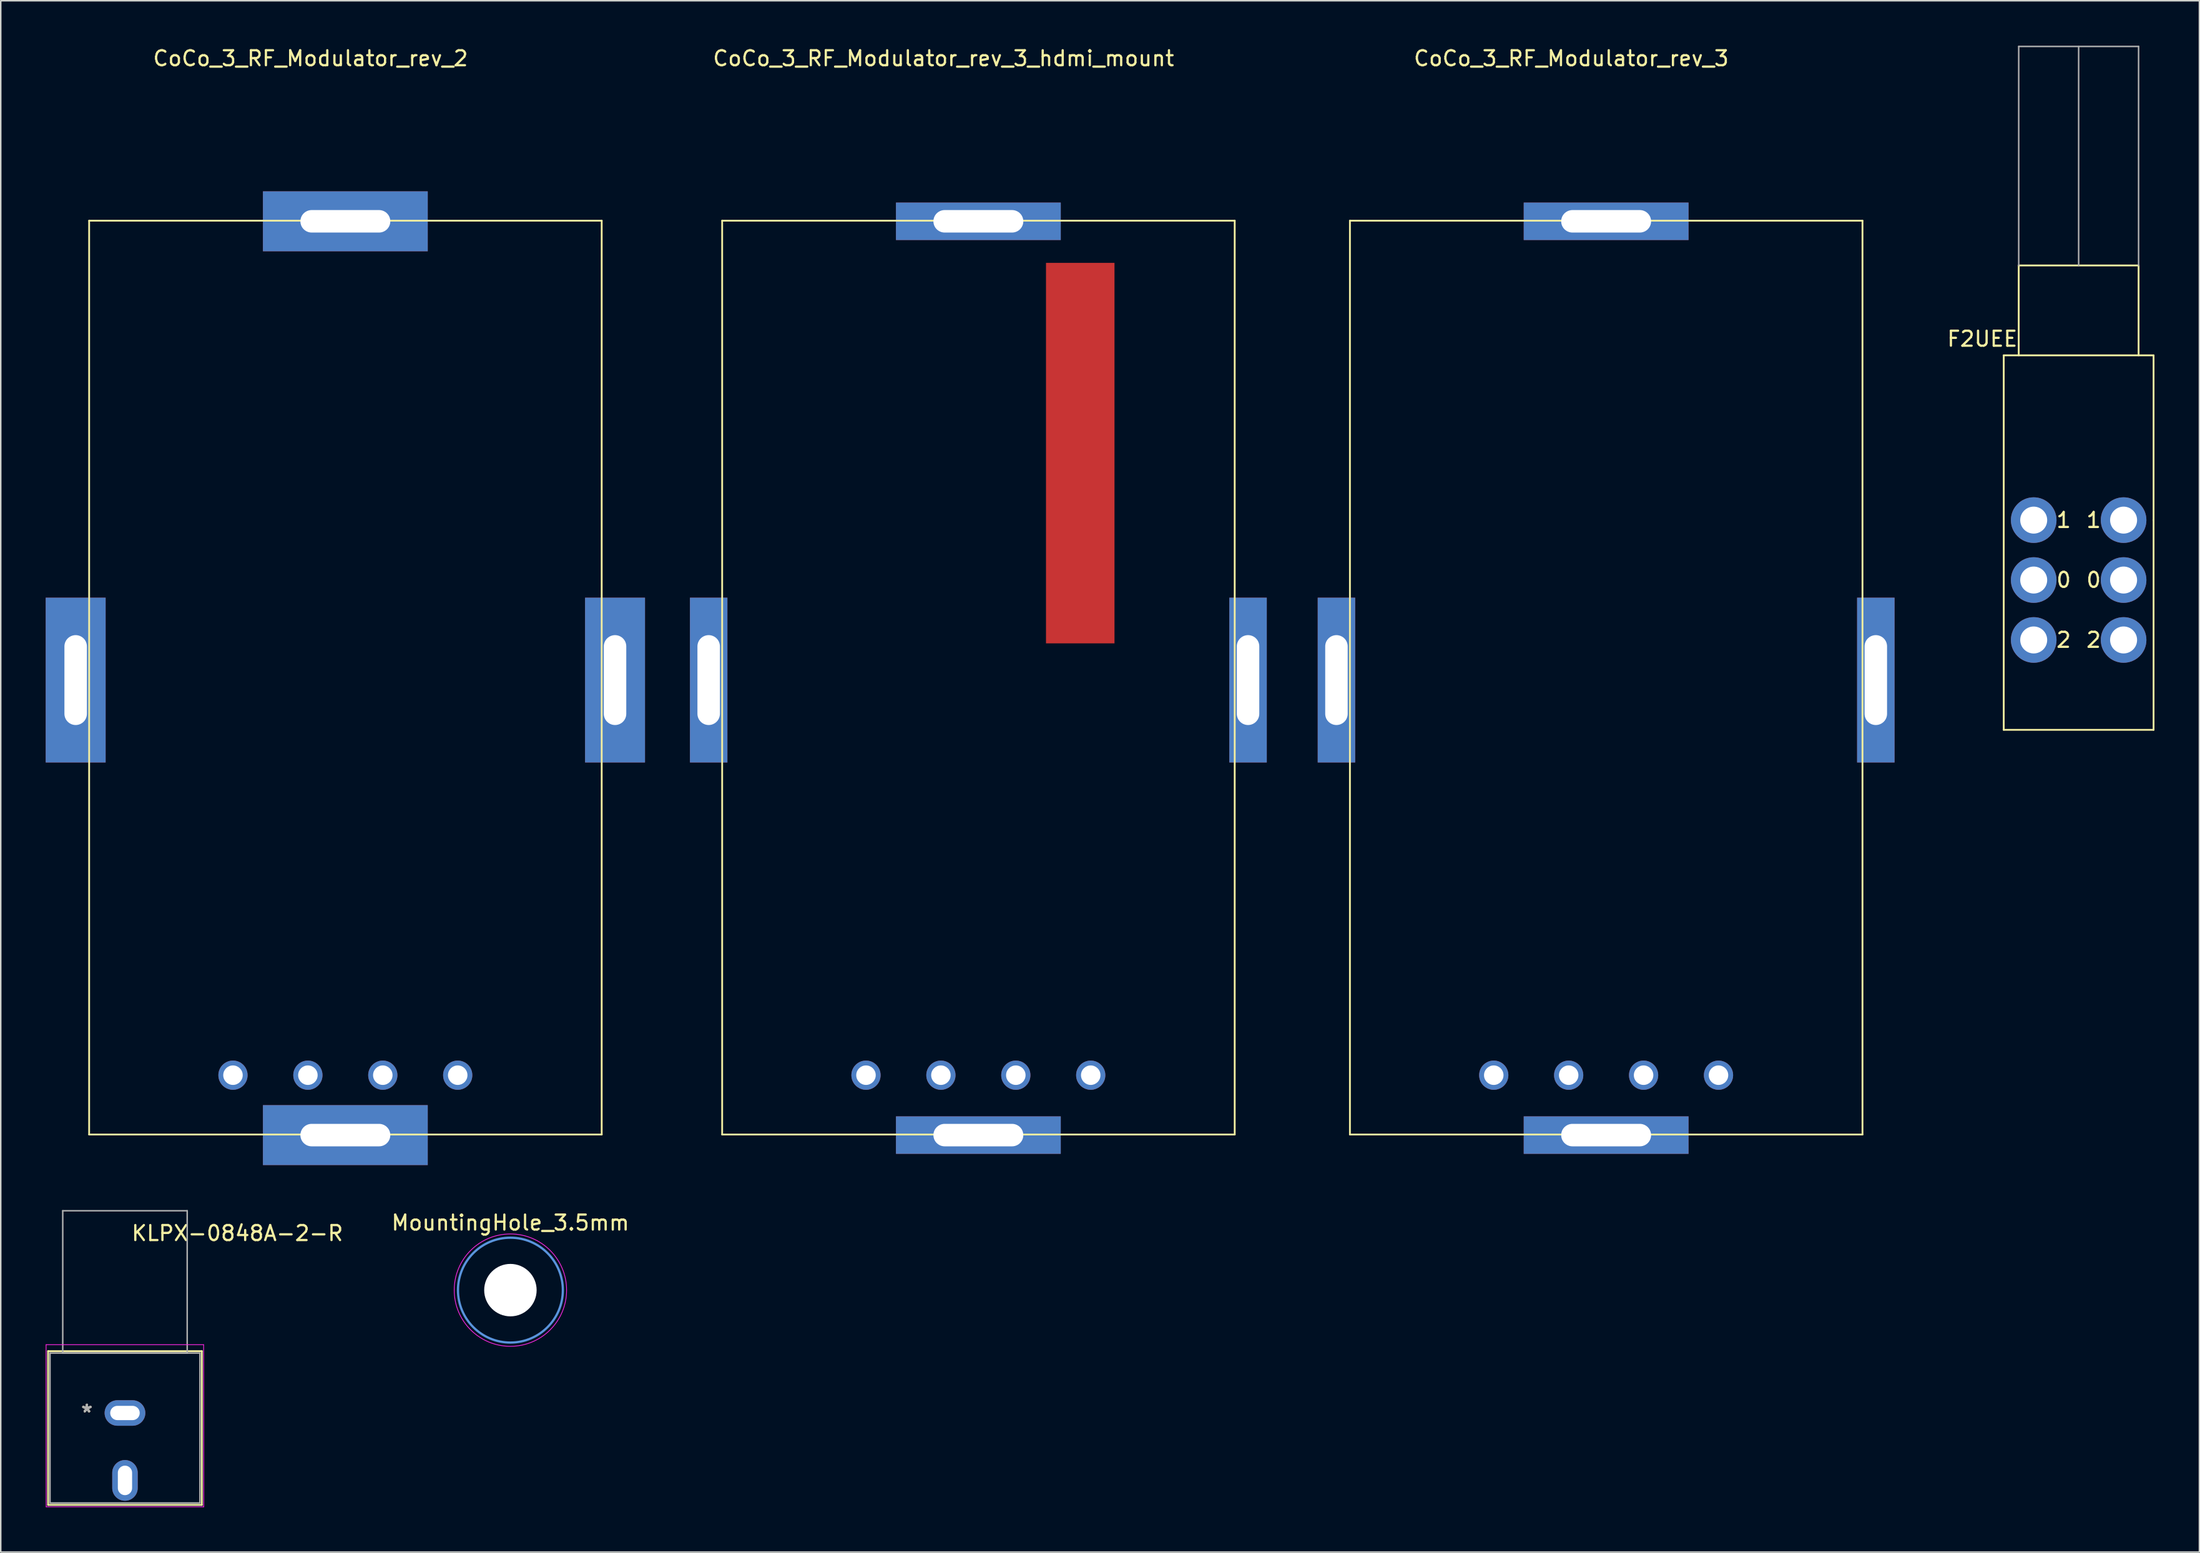
<source format=kicad_pcb>
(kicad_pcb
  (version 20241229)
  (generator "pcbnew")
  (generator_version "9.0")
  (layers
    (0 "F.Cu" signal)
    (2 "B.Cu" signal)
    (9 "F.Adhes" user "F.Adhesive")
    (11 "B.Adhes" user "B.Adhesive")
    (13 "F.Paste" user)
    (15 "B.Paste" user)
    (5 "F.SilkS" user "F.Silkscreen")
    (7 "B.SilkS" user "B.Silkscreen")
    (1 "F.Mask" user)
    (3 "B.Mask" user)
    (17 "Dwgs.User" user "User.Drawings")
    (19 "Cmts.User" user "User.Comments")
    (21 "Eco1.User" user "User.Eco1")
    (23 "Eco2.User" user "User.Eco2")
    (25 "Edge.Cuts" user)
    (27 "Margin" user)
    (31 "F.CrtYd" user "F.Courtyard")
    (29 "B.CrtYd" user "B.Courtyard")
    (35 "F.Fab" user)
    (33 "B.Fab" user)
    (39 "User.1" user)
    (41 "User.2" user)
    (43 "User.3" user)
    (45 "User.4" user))
  (footprint "KLPX-0848A-2-R"
    (layer "F.Cu")
    (at 5.291 91.273)
    (property "Reference" "KLPX-0848A-2-R" (at 7.5 -12 0) (layer "F.SilkS") (effects (font (size 1 1) (thickness 0.15))))
    (attr through_hole)
    (fp_line (start -5.131 -4.127) (end -5.131 6.135) (stroke (width 0.12) (type solid)) (layer "F.SilkS"))
    (fp_line (start -5.131 6.135) (end 5.131 6.135) (stroke (width 0.12) (type solid)) (layer "F.SilkS"))
    (fp_line (start 5.131 -4.127) (end -5.131 -4.127) (stroke (width 0.12) (type solid)) (layer "F.SilkS"))
    (fp_line (start 5.131 6.135) (end 5.131 -4.127) (stroke (width 0.12) (type solid)) (layer "F.SilkS"))
    (fp_line (start -5.266 -4.56) (end -5.258 6.262) (stroke (width 0.05) (type solid)) (layer "F.CrtYd"))
    (fp_line (start -5.258 6.262) (end 5.258 6.262) (stroke (width 0.05) (type solid)) (layer "F.CrtYd"))
    (fp_line (start 5.25 -4.56) (end -5.266 -4.56) (stroke (width 0.05) (type solid)) (layer "F.CrtYd"))
    (fp_line (start 5.258 6.262) (end 5.25 -4.56) (stroke (width 0.05) (type solid)) (layer "F.CrtYd"))
    (fp_line (start -5.004 -4) (end -5.004 6.008) (stroke (width 0.1) (type solid)) (layer "F.Fab"))
    (fp_line (start -5.004 6.008) (end 5.004 6.008) (stroke (width 0.1) (type solid)) (layer "F.Fab"))
    (fp_line (start -4.153 -13.5) (end -4.153 -4) (stroke (width 0.1) (type solid)) (layer "F.Fab"))
    (fp_line (start -4.153 -4) (end 4.153 -4) (stroke (width 0.1) (type solid)) (layer "F.Fab"))
    (fp_line (start 4.153 -13.5) (end -4.153 -13.5) (stroke (width 0.1) (type solid)) (layer "F.Fab"))
    (fp_line (start 4.153 -4) (end 4.153 -13.5) (stroke (width 0.1) (type solid)) (layer "F.Fab"))
    (fp_line (start 5.004 -4) (end -5.004 -4) (stroke (width 0.1) (type solid)) (layer "F.Fab"))
    (fp_line (start 5.004 6.008) (end 5.004 -4) (stroke (width 0.1) (type solid)) (layer "F.Fab"))
    (fp_text user "*" (at -2.54 0 0) (layer "F.SilkS") (effects (font (size 1 1) (thickness 0.15))))
    (fp_text user "*" (at -2.54 0 0) (layer "F.SilkS") (effects (font (size 1 1) (thickness 0.15))))
    (fp_text user "Copyright 2021 Accelerated Designs. All rights reserved." (at 0 0 0) (layer "Cmts.User") (effects (font (size 0.127 0.127) (thickness 0.002))))
    (fp_text user "*" (at -2.54 0 0) (layer "F.Fab") (effects (font (size 1 1) (thickness 0.15))))
    (fp_text user "*" (at -2.54 0 0) (layer "F.Fab") (effects (font (size 1 1) (thickness 0.15))))
    (pad "1" thru_hole oval (at 0 4.5 90) (size 2.718 1.702) (drill oval 1.968 0.952) (layers "*.Cu" "*.Mask"))
    (pad "2" thru_hole oval (at 0 0) (size 2.718 1.702) (drill oval 1.968 0.952) (layers "*.Cu" "*.Mask")))
  (footprint "CoCo_3_RF_Modulator_rev_3_hdmi_mount"
    (layer "F.Cu")
    (at 81.65 8.848)
    (property "Reference" "CoCo_3_RF_Modulator_rev_3_hdmi_mount" (at -21.725 -8 0) (layer "F.SilkS") (effects (font (size 1 1) (thickness 0.15))))
    (attr through_hole)
    (fp_line (start -36.5 2.835) (end -2.29 2.835) (stroke (width 0.12) (type solid)) (layer "F.SilkS"))
    (fp_line (start -36.5 63.835) (end -36.5 2.835) (stroke (width 0.12) (type solid)) (layer "F.SilkS"))
    (fp_line (start -2.29 2.835) (end -2.29 63.835) (stroke (width 0.12) (type solid)) (layer "F.SilkS"))
    (fp_line (start -2.29 63.835) (end -36.5 63.835) (stroke (width 0.12) (type solid)) (layer "F.SilkS"))
    (pad "1" thru_hole circle (at -26.9 59.875) (size 1.95 1.95) (drill 1.3) (layers "*.Cu" "*.Mask"))
    (pad "2" thru_hole circle (at -21.9 59.875) (size 1.95 1.95) (drill 1.3) (layers "*.Cu" "*.Mask"))
    (pad "3" thru_hole circle (at -16.9 59.875) (size 1.95 1.95) (drill 1.3) (layers "*.Cu" "*.Mask"))
    (pad "4" thru_hole circle (at -11.9 59.875) (size 1.95 1.95) (drill 1.3) (layers "*.Cu" "*.Mask"))
    (pad "5" thru_hole rect (at -37.4 33.5 90) (size 11 2.5) (drill oval 6 1.5) (layers "*.Cu" "*.Mask"))
    (pad "5" thru_hole rect (at -19.4 2.875) (size 11 2.5) (drill oval 6 1.5) (layers "*.Cu" "*.Mask"))
    (pad "5" thru_hole rect (at -19.4 63.875) (size 11 2.5) (drill oval 6 1.5) (layers "*.Cu" "*.Mask"))
    (pad "5" smd rect (at -12.6 18.349 90) (size 25.4 4.572) (layers "F.Cu" "F.Mask" "F.Paste"))
    (pad "5" thru_hole rect (at -1.4 33.5 90) (size 11 2.5) (drill oval 6 1.5) (layers "*.Cu" "*.Mask")))
  (footprint "F2UEE"
    (layer "F.Cu")
    (at 138.688 31.67)
    (property "Reference" "F2UEE" (at -9.43 -12.1 0) (layer "F.SilkS") (effects (font (size 1 1) (thickness 0.15))))
    (attr through_hole)
    (fp_line (start -8 -11) (end -8 14) (stroke (width 0.12) (type solid)) (layer "F.SilkS"))
    (fp_line (start -8 14) (end 2 14) (stroke (width 0.12) (type solid)) (layer "F.SilkS"))
    (fp_line (start -7 -17) (end 1 -17) (stroke (width 0.12) (type solid)) (layer "F.SilkS"))
    (fp_line (start -7 -11) (end -7 -17) (stroke (width 0.12) (type solid)) (layer "F.SilkS"))
    (fp_line (start 1 -17) (end 1 -11) (stroke (width 0.12) (type solid)) (layer "F.SilkS"))
    (fp_line (start 2 -11) (end -8 -11) (stroke (width 0.12) (type solid)) (layer "F.SilkS"))
    (fp_line (start 2 0) (end 2 -11) (stroke (width 0.12) (type solid)) (layer "F.SilkS"))
    (fp_line (start 2 14) (end 2 0) (stroke (width 0.12) (type solid)) (layer "F.SilkS"))
    (fp_line (start -7 -31.62) (end 1 -31.62) (stroke (width 0.1) (type default)) (layer "F.Fab"))
    (fp_line (start -7 -17) (end -7 -31.62) (stroke (width 0.1) (type default)) (layer "F.Fab"))
    (fp_line (start -3 -17) (end -3 -31.62) (stroke (width 0.1) (type default)) (layer "F.Fab"))
    (fp_line (start 1 -17) (end 1 -31.62) (stroke (width 0.1) (type default)) (layer "F.Fab"))
    (fp_text user "1" (at -2 0 0) (layer "F.SilkS") (effects (font (size 1 1) (thickness 0.15))))
    (fp_text user "0" (at -2 4 0) (layer "F.SilkS") (effects (font (size 1 1) (thickness 0.15))))
    (fp_text user "2" (at -4 8 0) (layer "F.SilkS") (effects (font (size 1 1) (thickness 0.15))))
    (fp_text user "0" (at -4 4 0) (layer "F.SilkS") (effects (font (size 1 1) (thickness 0.15))))
    (fp_text user "2" (at -2 8 0) (layer "F.SilkS") (effects (font (size 1 1) (thickness 0.15))))
    (fp_text user "1" (at -4 0 0) (layer "F.SilkS") (effects (font (size 1 1) (thickness 0.15))))
    (pad "1" thru_hole circle (at -6 0) (size 3.044 3.044) (drill 1.8) (layers "*.Cu" "*.Mask"))
    (pad "2" thru_hole circle (at -6 4) (size 3.044 3.044) (drill 1.8) (layers "*.Cu" "*.Mask"))
    (pad "3" thru_hole circle (at -6 8) (size 3.044 3.044) (drill 1.8) (layers "*.Cu" "*.Mask"))
    (pad "4" thru_hole circle (at 0 0) (size 3.044 3.044) (drill 1.8) (layers "*.Cu" "*.Mask"))
    (pad "5" thru_hole circle (at 0 4) (size 3.044 3.044) (drill 1.8) (layers "*.Cu" "*.Mask"))
    (pad "6" thru_hole circle (at 0 8) (size 3.044 3.044) (drill 1.8) (layers "*.Cu" "*.Mask")))
  (footprint "CoCo_3_RF_Modulator_rev_3"
    (layer "F.Cu")
    (at 123.55 8.848)
    (property "Reference" "CoCo_3_RF_Modulator_rev_3" (at -21.725 -8 0) (layer "F.SilkS") (effects (font (size 1 1) (thickness 0.15))))
    (attr through_hole)
    (fp_line (start -36.5 2.835) (end -2.29 2.835) (stroke (width 0.12) (type solid)) (layer "F.SilkS"))
    (fp_line (start -36.5 63.835) (end -36.5 2.835) (stroke (width 0.12) (type solid)) (layer "F.SilkS"))
    (fp_line (start -2.29 2.835) (end -2.29 63.835) (stroke (width 0.12) (type solid)) (layer "F.SilkS"))
    (fp_line (start -2.29 63.835) (end -36.5 63.835) (stroke (width 0.12) (type solid)) (layer "F.SilkS"))
    (pad "1" thru_hole circle (at -26.9 59.875) (size 1.95 1.95) (drill 1.3) (layers "*.Cu" "*.Mask"))
    (pad "2" thru_hole circle (at -21.9 59.875) (size 1.95 1.95) (drill 1.3) (layers "*.Cu" "*.Mask"))
    (pad "3" thru_hole circle (at -16.9 59.875) (size 1.95 1.95) (drill 1.3) (layers "*.Cu" "*.Mask"))
    (pad "4" thru_hole circle (at -11.9 59.875) (size 1.95 1.95) (drill 1.3) (layers "*.Cu" "*.Mask"))
    (pad "5" thru_hole rect (at -37.4 33.5 90) (size 11 2.5) (drill oval 6 1.5) (layers "*.Cu" "*.Mask"))
    (pad "5" thru_hole rect (at -19.4 2.875) (size 11 2.5) (drill oval 6 1.5) (layers "*.Cu" "*.Mask"))
    (pad "5" thru_hole rect (at -19.4 63.875) (size 11 2.5) (drill oval 6 1.5) (layers "*.Cu" "*.Mask"))
    (pad "5" thru_hole rect (at -1.4 33.5 90) (size 11 2.5) (drill oval 6 1.5) (layers "*.Cu" "*.Mask")))
  (footprint "CoCo_3_RF_Modulator_rev_2"
    (layer "F.Cu")
    (at 39.4 8.848)
    (property "Reference" "CoCo_3_RF_Modulator_rev_2" (at -21.725 -8 0) (layer "F.SilkS") (effects (font (size 1 1) (thickness 0.15))))
    (attr through_hole)
    (fp_line (start -36.5 2.835) (end -2.29 2.835) (stroke (width 0.12) (type solid)) (layer "F.SilkS"))
    (fp_line (start -36.5 63.835) (end -36.5 2.835) (stroke (width 0.12) (type solid)) (layer "F.SilkS"))
    (fp_line (start -2.29 2.835) (end -2.29 63.835) (stroke (width 0.12) (type solid)) (layer "F.SilkS"))
    (fp_line (start -2.29 63.835) (end -36.5 63.835) (stroke (width 0.12) (type solid)) (layer "F.SilkS"))
    (pad "1" thru_hole circle (at -26.9 59.875) (size 1.95 1.95) (drill 1.3) (layers "*.Cu" "*.Mask"))
    (pad "2" thru_hole circle (at -21.9 59.875) (size 1.95 1.95) (drill 1.3) (layers "*.Cu" "*.Mask"))
    (pad "3" thru_hole circle (at -16.9 59.875) (size 1.95 1.95) (drill 1.3) (layers "*.Cu" "*.Mask"))
    (pad "4" thru_hole circle (at -11.9 59.875) (size 1.95 1.95) (drill 1.3) (layers "*.Cu" "*.Mask"))
    (pad "5" thru_hole rect (at -37.4 33.5 90) (size 11 4) (drill oval 6 1.5) (layers "*.Cu" "*.Mask"))
    (pad "5" thru_hole rect (at -19.4 2.875) (size 11 4) (drill oval 6 1.5) (layers "*.Cu" "*.Mask"))
    (pad "5" thru_hole rect (at -19.4 63.875) (size 11 4) (drill oval 6 1.5) (layers "*.Cu" "*.Mask"))
    (pad "5" thru_hole rect (at -1.4 33.5 90) (size 11 4) (drill oval 6 1.5) (layers "*.Cu" "*.Mask")))
  (footprint "MountingHole_3.5mm"
    (layer "F.Cu")
    (at 31.017 83.072)
    (property "Reference" "MountingHole_3.5mm" (at 0 -4.5 0) (layer "F.SilkS") (effects (font (size 1 1) (thickness 0.15))))
    (attr exclude_from_pos_files)
    (fp_circle (center 0 0) (end 3.5 0) (stroke (width 0.15) (type solid)) (fill no) (layer "Cmts.User"))
    (fp_circle (center 0 0) (end 3.75 0) (stroke (width 0.05) (type solid)) (fill no) (layer "F.CrtYd"))
    (pad "" np_thru_hole circle (at 0 0) (size 3.5 3.5) (drill oval 5.5 3.5) (layers "*.Cu" "*.Mask")))
  (gr_rect
    (start -3 -3)
    (end 143.748 100.559)
    (stroke (width 0.1) (type default))
    (fill no)
    (layer "Edge.Cuts")))
</source>
